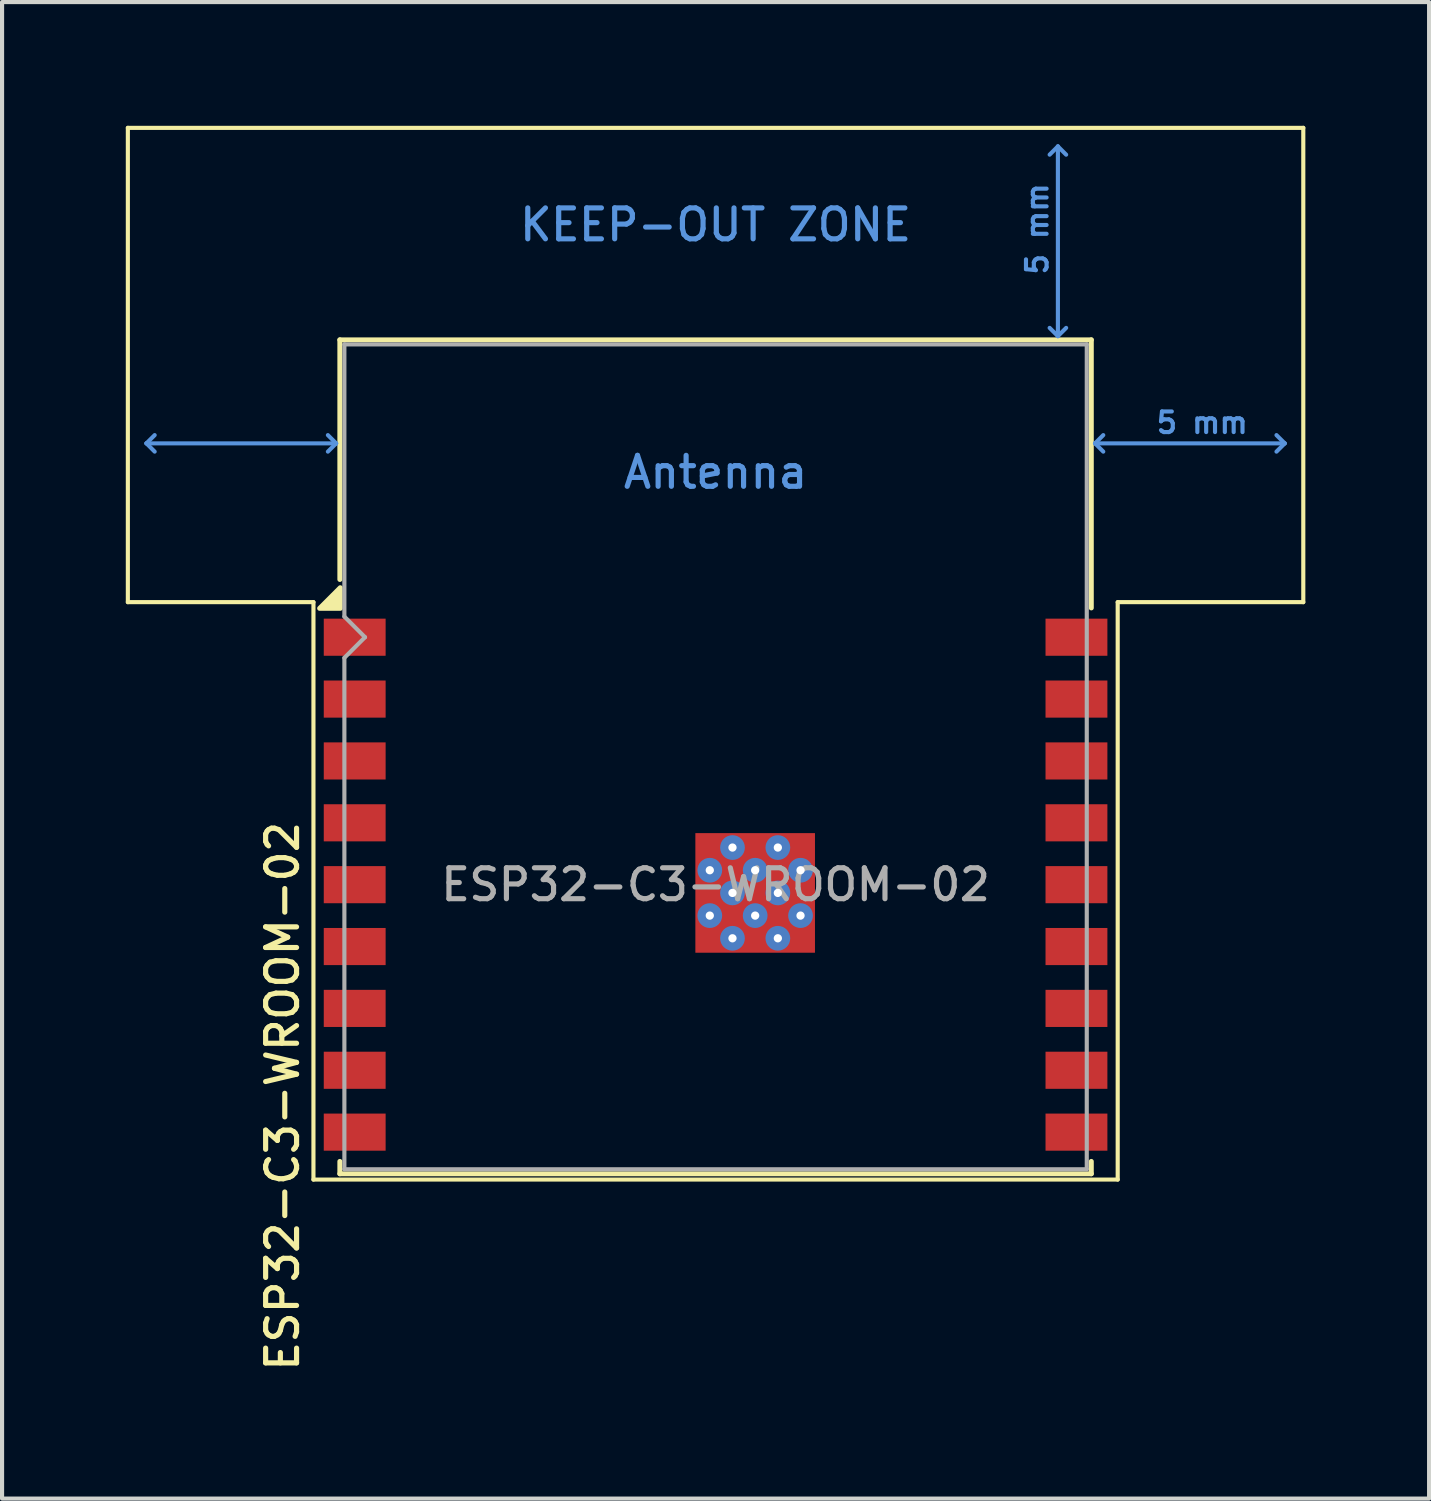
<source format=kicad_pcb>
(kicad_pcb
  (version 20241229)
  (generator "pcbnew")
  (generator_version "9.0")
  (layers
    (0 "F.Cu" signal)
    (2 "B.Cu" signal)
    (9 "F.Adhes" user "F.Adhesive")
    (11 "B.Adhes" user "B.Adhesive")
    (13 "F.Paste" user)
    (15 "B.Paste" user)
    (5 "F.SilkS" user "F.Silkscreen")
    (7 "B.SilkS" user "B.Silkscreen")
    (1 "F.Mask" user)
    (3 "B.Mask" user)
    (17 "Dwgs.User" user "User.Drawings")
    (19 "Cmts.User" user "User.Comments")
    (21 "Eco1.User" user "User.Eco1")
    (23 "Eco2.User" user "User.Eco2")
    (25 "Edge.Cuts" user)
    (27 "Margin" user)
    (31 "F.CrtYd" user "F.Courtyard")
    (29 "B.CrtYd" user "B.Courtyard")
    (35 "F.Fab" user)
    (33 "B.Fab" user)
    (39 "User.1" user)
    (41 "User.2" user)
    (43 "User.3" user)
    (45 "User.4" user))
  (footprint "ESP32-C3-WROOM-02"
    (layer "F.Cu")
    (at 14.3 18.4)
    (property "Reference" "ESP32-C3-WROOM-02" (at -10.5 5.13 90) (layer "F.SilkS") (effects (font (size 0.75 0.75) (thickness 0.125))))
    (attr smd)
    (fp_line (start -14.25 -18.35) (end -14.25 -6.85) (stroke (width 0.1) (type solid)) (layer "F.SilkS"))
    (fp_line (start -14.25 -18.35) (end 14.25 -18.35) (stroke (width 0.1) (type solid)) (layer "F.SilkS"))
    (fp_line (start -14.25 -6.85) (end -9.75 -6.85) (stroke (width 0.1) (type solid)) (layer "F.SilkS"))
    (fp_line (start -9.75 7.15) (end -9.75 -6.85) (stroke (width 0.1) (type solid)) (layer "F.SilkS"))
    (fp_line (start -9.75 7.15) (end 9.75 7.15) (stroke (width 0.1) (type solid)) (layer "F.SilkS"))
    (fp_line (start -9.11 -13.21) (end -9.11 -7.4) (stroke (width 0.12) (type solid)) (layer "F.SilkS"))
    (fp_line (start -9.11 -13.21) (end 9.11 -13.21) (stroke (width 0.12) (type solid)) (layer "F.SilkS"))
    (fp_line (start -9.11 6.71) (end -9.11 7.01) (stroke (width 0.12) (type solid)) (layer "F.SilkS"))
    (fp_line (start -9.11 7.01) (end 9.11 7.01) (stroke (width 0.12) (type solid)) (layer "F.SilkS"))
    (fp_line (start 9.11 -13.21) (end 9.11 -6.71) (stroke (width 0.12) (type solid)) (layer "F.SilkS"))
    (fp_line (start 9.11 6.71) (end 9.11 7.01) (stroke (width 0.12) (type solid)) (layer "F.SilkS"))
    (fp_line (start 9.75 -6.85) (end 9.75 7.15) (stroke (width 0.1) (type solid)) (layer "F.SilkS"))
    (fp_line (start 9.75 -6.85) (end 14.25 -6.85) (stroke (width 0.1) (type solid)) (layer "F.SilkS"))
    (fp_line (start 14.25 -18.35) (end 14.25 -6.85) (stroke (width 0.1) (type solid)) (layer "F.SilkS"))
    (fp_poly (pts (xy -9.1 -6.7) (xy -9.6 -6.7) (xy -9.1 -7.2) (xy -9.1 -6.7)) (stroke (width 0.12) (type solid)) (fill yes) (layer "F.SilkS"))
    (fp_line (start -13.8 -10.7) (end -13.6 -10.9) (stroke (width 0.1) (type solid)) (layer "Cmts.User"))
    (fp_line (start -13.8 -10.7) (end -13.6 -10.5) (stroke (width 0.1) (type solid)) (layer "Cmts.User"))
    (fp_line (start -13.8 -10.7) (end -9.2 -10.7) (stroke (width 0.1) (type solid)) (layer "Cmts.User"))
    (fp_line (start -9.2 -10.7) (end -9.4 -10.9) (stroke (width 0.1) (type solid)) (layer "Cmts.User"))
    (fp_line (start -9.2 -10.7) (end -9.4 -10.5) (stroke (width 0.1) (type solid)) (layer "Cmts.User"))
    (fp_line (start 8.3 -17.9) (end 8.1 -17.7) (stroke (width 0.1) (type solid)) (layer "Cmts.User"))
    (fp_line (start 8.3 -17.9) (end 8.5 -17.7) (stroke (width 0.1) (type solid)) (layer "Cmts.User"))
    (fp_line (start 8.3 -13.3) (end 8.1 -13.5) (stroke (width 0.1) (type solid)) (layer "Cmts.User"))
    (fp_line (start 8.3 -13.3) (end 8.3 -17.9) (stroke (width 0.1) (type solid)) (layer "Cmts.User"))
    (fp_line (start 8.3 -13.3) (end 8.5 -13.5) (stroke (width 0.1) (type solid)) (layer "Cmts.User"))
    (fp_line (start 9.2 -10.7) (end 9.4 -10.9) (stroke (width 0.1) (type solid)) (layer "Cmts.User"))
    (fp_line (start 9.2 -10.7) (end 9.4 -10.5) (stroke (width 0.1) (type solid)) (layer "Cmts.User"))
    (fp_line (start 9.2 -10.7) (end 13.8 -10.7) (stroke (width 0.1) (type solid)) (layer "Cmts.User"))
    (fp_line (start 13.8 -10.7) (end 13.6 -10.9) (stroke (width 0.1) (type solid)) (layer "Cmts.User"))
    (fp_line (start 13.8 -10.7) (end 13.6 -10.5) (stroke (width 0.1) (type solid)) (layer "Cmts.User"))
    (fp_line (start -9 -13.1) (end -9 -6.5) (stroke (width 0.1) (type solid)) (layer "F.Fab"))
    (fp_line (start -9 -13.1) (end 9 -13.1) (stroke (width 0.1) (type solid)) (layer "F.Fab"))
    (fp_line (start -9 -6.5) (end -8.5 -6) (stroke (width 0.1) (type solid)) (layer "F.Fab"))
    (fp_line (start -9 -5.5) (end -9 6.9) (stroke (width 0.1) (type solid)) (layer "F.Fab"))
    (fp_line (start -9 6.9) (end 9 6.9) (stroke (width 0.1) (type solid)) (layer "F.Fab"))
    (fp_line (start -8.5 -6) (end -9 -5.5) (stroke (width 0.1) (type solid)) (layer "F.Fab"))
    (fp_line (start 9 6.9) (end 9 -13.1) (stroke (width 0.1) (type solid)) (layer "F.Fab"))
    (fp_text user "5 mm" (at 7.8 -15.9 90) (layer "Cmts.User") (effects (font (size 0.5 0.5) (thickness 0.1))))
    (fp_text user "KEEP-OUT ZONE" (at 0 -16 0) (layer "Cmts.User") (effects (font (size 0.75 0.75) (thickness 0.125))))
    (fp_text user "5 mm" (at 11.8 -11.2 0) (layer "Cmts.User") (effects (font (size 0.5 0.5) (thickness 0.1))))
    (fp_text user "Antenna" (at 0 -10 0) (layer "Cmts.User") (effects (font (size 0.75 0.75) (thickness 0.125))))
    (fp_text user "${REFERENCE}" (at 0 0 0) (layer "F.Fab") (effects (font (size 0.75 0.75) (thickness 0.125))))
    (pad "" smd rect (at -0.14 -0.9) (size 0.7 0.7) (layers "F.Paste"))
    (pad "" smd rect (at -0.14 0.2) (size 0.7 0.7) (layers "F.Paste"))
    (pad "" smd rect (at -0.14 1.3) (size 0.7 0.7) (layers "F.Paste"))
    (pad "" smd rect (at 0.96 -0.9) (size 0.7 0.7) (layers "F.Paste"))
    (pad "" smd rect (at 0.96 0.2) (size 0.7 0.7) (layers "F.Paste"))
    (pad "" smd rect (at 0.96 1.3) (size 0.7 0.7) (layers "F.Paste"))
    (pad "" smd rect (at 2.06 -0.9) (size 0.7 0.7) (layers "F.Paste"))
    (pad "" smd rect (at 2.06 0.2) (size 0.7 0.7) (layers "F.Paste"))
    (pad "" smd rect (at 2.06 1.3) (size 0.7 0.7) (layers "F.Paste"))
    (pad "1" smd rect (at -8.75 -6) (size 1.5 0.9) (layers "F.Cu" "F.Mask" "F.Paste"))
    (pad "2" smd rect (at -8.75 -4.5) (size 1.5 0.9) (layers "F.Cu" "F.Mask" "F.Paste"))
    (pad "3" smd rect (at -8.75 -3) (size 1.5 0.9) (layers "F.Cu" "F.Mask" "F.Paste"))
    (pad "4" smd rect (at -8.75 -1.5) (size 1.5 0.9) (layers "F.Cu" "F.Mask" "F.Paste"))
    (pad "5" smd rect (at -8.75 0) (size 1.5 0.9) (layers "F.Cu" "F.Mask" "F.Paste"))
    (pad "6" smd rect (at -8.75 1.5) (size 1.5 0.9) (layers "F.Cu" "F.Mask" "F.Paste"))
    (pad "7" smd rect (at -8.75 3) (size 1.5 0.9) (layers "F.Cu" "F.Mask" "F.Paste"))
    (pad "8" smd rect (at -8.75 4.5) (size 1.5 0.9) (layers "F.Cu" "F.Mask" "F.Paste"))
    (pad "9" smd rect (at -8.75 6) (size 1.5 0.9) (layers "F.Cu" "F.Mask" "F.Paste"))
    (pad "10" smd rect (at 8.75 6) (size 1.5 0.9) (layers "F.Cu" "F.Mask" "F.Paste"))
    (pad "11" smd rect (at 8.75 4.5) (size 1.5 0.9) (layers "F.Cu" "F.Mask" "F.Paste"))
    (pad "12" smd rect (at 8.75 3) (size 1.5 0.9) (layers "F.Cu" "F.Mask" "F.Paste"))
    (pad "13" smd rect (at 8.75 1.5) (size 1.5 0.9) (layers "F.Cu" "F.Mask" "F.Paste"))
    (pad "14" smd rect (at 8.75 0) (size 1.5 0.9) (layers "F.Cu" "F.Mask" "F.Paste"))
    (pad "15" smd rect (at 8.75 -1.5) (size 1.5 0.9) (layers "F.Cu" "F.Mask" "F.Paste"))
    (pad "16" smd rect (at 8.75 -3) (size 1.5 0.9) (layers "F.Cu" "F.Mask" "F.Paste"))
    (pad "17" smd rect (at 8.75 -4.5) (size 1.5 0.9) (layers "F.Cu" "F.Mask" "F.Paste"))
    (pad "18" smd rect (at 8.75 -6) (size 1.5 0.9) (layers "F.Cu" "F.Mask" "F.Paste"))
    (pad "19" thru_hole circle (at -0.14 -0.35) (size 0.6 0.6) (drill 0.2) (property pad_prop_heatsink) (layers "*.Cu" "F.Mask"))
    (pad "19" thru_hole circle (at -0.14 0.75) (size 0.6 0.6) (drill 0.2) (property pad_prop_heatsink) (layers "*.Cu" "F.Mask"))
    (pad "19" thru_hole circle (at 0.41 -0.9) (size 0.6 0.6) (drill 0.2) (property pad_prop_heatsink) (layers "*.Cu" "F.Mask"))
    (pad "19" thru_hole circle (at 0.41 0.2) (size 0.6 0.6) (drill 0.2) (property pad_prop_heatsink) (layers "*.Cu" "F.Mask"))
    (pad "19" thru_hole circle (at 0.41 1.3) (size 0.6 0.6) (drill 0.2) (property pad_prop_heatsink) (layers "*.Cu" "F.Mask"))
    (pad "19" thru_hole circle (at 0.96 -0.35) (size 0.6 0.6) (drill 0.2) (property pad_prop_heatsink) (layers "*.Cu" "F.Mask"))
    (pad "19" smd rect (at 0.96 0.2) (size 2.9 2.9) (layers "F.Cu" "F.Mask"))
    (pad "19" thru_hole circle (at 0.96 0.75) (size 0.6 0.6) (drill 0.2) (property pad_prop_heatsink) (layers "*.Cu" "F.Mask"))
    (pad "19" thru_hole circle (at 1.51 -0.9) (size 0.6 0.6) (drill 0.2) (property pad_prop_heatsink) (layers "*.Cu" "F.Mask"))
    (pad "19" thru_hole circle (at 1.51 0.2) (size 0.6 0.6) (drill 0.2) (property pad_prop_heatsink) (layers "*.Cu" "F.Mask"))
    (pad "19" thru_hole circle (at 1.51 1.3) (size 0.6 0.6) (drill 0.2) (property pad_prop_heatsink) (layers "*.Cu" "F.Mask"))
    (pad "19" thru_hole circle (at 2.06 -0.35) (size 0.6 0.6) (drill 0.2) (property pad_prop_heatsink) (layers "*.Cu" "F.Mask"))
    (pad "19" thru_hole circle (at 2.06 0.75) (size 0.6 0.6) (drill 0.2) (property pad_prop_heatsink) (layers "*.Cu" "F.Mask"))
    (zone (net_name "") (layers "F.Cu" "B.Cu") (hatch full 0.508) (connect_pads) (min_thickness 0.254) (filled_areas_thickness no) (keepout (tracks not_allowed) (vias not_allowed) (pads not_allowed) (copperpour not_allowed) (footprints not_allowed)) (placement (enabled no)) (fill) (polygon (pts (xy 0.3 11.3) (xy 28.3 11.3) (xy 28.3 0.3) (xy 0.3 0.3)))))
  (gr_rect
    (start -3 -3)
    (end 31.6 33.285)
    (stroke (width 0.1) (type default))
    (fill no)
    (layer "Edge.Cuts")))
</source>
